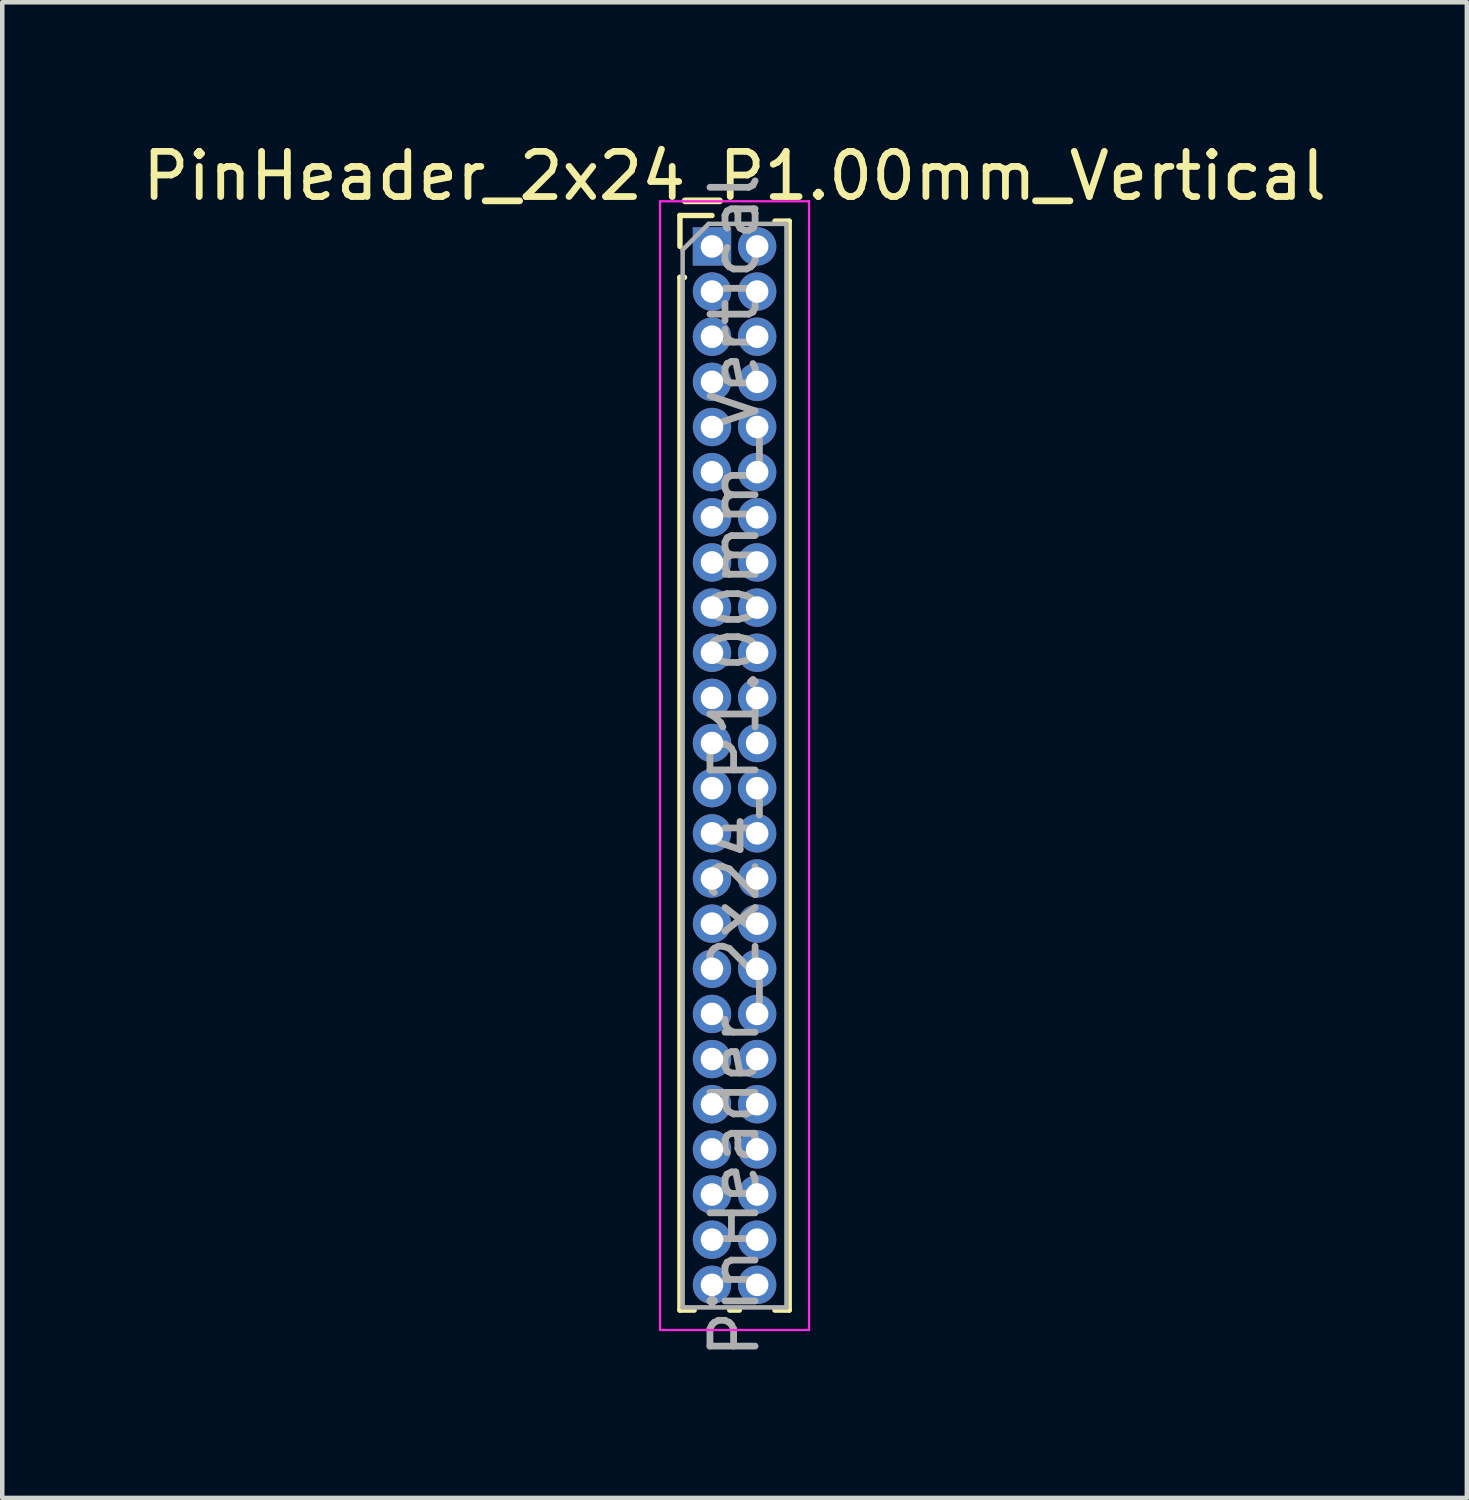
<source format=kicad_pcb>
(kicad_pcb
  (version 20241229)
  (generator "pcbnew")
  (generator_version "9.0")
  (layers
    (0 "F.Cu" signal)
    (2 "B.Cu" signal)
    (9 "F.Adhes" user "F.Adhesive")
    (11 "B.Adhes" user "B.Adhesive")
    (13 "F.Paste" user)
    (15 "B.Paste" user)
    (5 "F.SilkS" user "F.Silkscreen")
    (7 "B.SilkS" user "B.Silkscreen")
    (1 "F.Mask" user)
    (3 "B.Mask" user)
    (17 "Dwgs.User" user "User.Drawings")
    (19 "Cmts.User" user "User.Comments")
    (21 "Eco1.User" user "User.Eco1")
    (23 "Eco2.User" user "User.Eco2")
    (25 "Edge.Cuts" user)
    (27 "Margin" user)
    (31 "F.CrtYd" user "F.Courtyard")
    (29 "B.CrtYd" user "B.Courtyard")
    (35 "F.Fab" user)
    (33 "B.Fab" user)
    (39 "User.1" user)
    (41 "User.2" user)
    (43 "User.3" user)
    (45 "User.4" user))
  (footprint "PinHeader_2x24_P1.00mm_Vertical"
    (layer "F.Cu")
    (at 12.72 2.408)
    (property "Reference" "PinHeader_2x24_P1.00mm_Vertical" (at 0.5 -1.56 0) (layer "F.SilkS") (effects (font (size 1 1) (thickness 0.15))))
    (attr through_hole)
    (fp_line (start -0.71 -0.685) (end 0 -0.685) (stroke (width 0.12) (type solid)) (layer "F.SilkS"))
    (fp_line (start -0.71 0) (end -0.71 -0.685) (stroke (width 0.12) (type solid)) (layer "F.SilkS"))
    (fp_line (start -0.71 0.685) (end -0.71 23.56) (stroke (width 0.12) (type solid)) (layer "F.SilkS"))
    (fp_line (start -0.71 0.685) (end -0.608 0.685) (stroke (width 0.12) (type solid)) (layer "F.SilkS"))
    (fp_line (start -0.71 23.56) (end -0.394 23.56) (stroke (width 0.12) (type solid)) (layer "F.SilkS"))
    (fp_line (start 0.394 23.56) (end 0.606 23.56) (stroke (width 0.12) (type solid)) (layer "F.SilkS"))
    (fp_line (start 1.394 -0.56) (end 1.71 -0.56) (stroke (width 0.12) (type solid)) (layer "F.SilkS"))
    (fp_line (start 1.394 23.56) (end 1.71 23.56) (stroke (width 0.12) (type solid)) (layer "F.SilkS"))
    (fp_line (start 1.71 -0.56) (end 1.71 23.56) (stroke (width 0.12) (type solid)) (layer "F.SilkS"))
    (fp_line (start -1.15 -1) (end -1.15 24) (stroke (width 0.05) (type solid)) (layer "F.CrtYd"))
    (fp_line (start -1.15 24) (end 2.15 24) (stroke (width 0.05) (type solid)) (layer "F.CrtYd"))
    (fp_line (start 2.15 -1) (end -1.15 -1) (stroke (width 0.05) (type solid)) (layer "F.CrtYd"))
    (fp_line (start 2.15 24) (end 2.15 -1) (stroke (width 0.05) (type solid)) (layer "F.CrtYd"))
    (fp_line (start -0.65 0.075) (end -0.075 -0.5) (stroke (width 0.1) (type solid)) (layer "F.Fab"))
    (fp_line (start -0.65 23.5) (end -0.65 0.075) (stroke (width 0.1) (type solid)) (layer "F.Fab"))
    (fp_line (start -0.075 -0.5) (end 1.65 -0.5) (stroke (width 0.1) (type solid)) (layer "F.Fab"))
    (fp_line (start 1.65 -0.5) (end 1.65 23.5) (stroke (width 0.1) (type solid)) (layer "F.Fab"))
    (fp_line (start 1.65 23.5) (end -0.65 23.5) (stroke (width 0.1) (type solid)) (layer "F.Fab"))
    (fp_text user "${REFERENCE}" (at 0.5 11.5 90) (layer "F.Fab") (effects (font (size 1 1) (thickness 0.15))))
    (pad "1" thru_hole rect (at 0 0) (size 0.85 0.85) (drill 0.5) (layers "*.Cu" "*.Mask"))
    (pad "2" thru_hole oval (at 1 0) (size 0.85 0.85) (drill 0.5) (layers "*.Cu" "*.Mask"))
    (pad "3" thru_hole oval (at 0 1) (size 0.85 0.85) (drill 0.5) (layers "*.Cu" "*.Mask"))
    (pad "4" thru_hole oval (at 1 1) (size 0.85 0.85) (drill 0.5) (layers "*.Cu" "*.Mask"))
    (pad "5" thru_hole oval (at 0 2) (size 0.85 0.85) (drill 0.5) (layers "*.Cu" "*.Mask"))
    (pad "6" thru_hole oval (at 1 2) (size 0.85 0.85) (drill 0.5) (layers "*.Cu" "*.Mask"))
    (pad "7" thru_hole oval (at 0 3) (size 0.85 0.85) (drill 0.5) (layers "*.Cu" "*.Mask"))
    (pad "8" thru_hole oval (at 1 3) (size 0.85 0.85) (drill 0.5) (layers "*.Cu" "*.Mask"))
    (pad "9" thru_hole oval (at 0 4) (size 0.85 0.85) (drill 0.5) (layers "*.Cu" "*.Mask"))
    (pad "10" thru_hole oval (at 1 4) (size 0.85 0.85) (drill 0.5) (layers "*.Cu" "*.Mask"))
    (pad "11" thru_hole oval (at 0 5) (size 0.85 0.85) (drill 0.5) (layers "*.Cu" "*.Mask"))
    (pad "12" thru_hole oval (at 1 5) (size 0.85 0.85) (drill 0.5) (layers "*.Cu" "*.Mask"))
    (pad "13" thru_hole oval (at 0 6) (size 0.85 0.85) (drill 0.5) (layers "*.Cu" "*.Mask"))
    (pad "14" thru_hole oval (at 1 6) (size 0.85 0.85) (drill 0.5) (layers "*.Cu" "*.Mask"))
    (pad "15" thru_hole oval (at 0 7) (size 0.85 0.85) (drill 0.5) (layers "*.Cu" "*.Mask"))
    (pad "16" thru_hole oval (at 1 7) (size 0.85 0.85) (drill 0.5) (layers "*.Cu" "*.Mask"))
    (pad "17" thru_hole oval (at 0 8) (size 0.85 0.85) (drill 0.5) (layers "*.Cu" "*.Mask"))
    (pad "18" thru_hole oval (at 1 8) (size 0.85 0.85) (drill 0.5) (layers "*.Cu" "*.Mask"))
    (pad "19" thru_hole oval (at 0 9) (size 0.85 0.85) (drill 0.5) (layers "*.Cu" "*.Mask"))
    (pad "20" thru_hole oval (at 1 9) (size 0.85 0.85) (drill 0.5) (layers "*.Cu" "*.Mask"))
    (pad "21" thru_hole oval (at 0 10) (size 0.85 0.85) (drill 0.5) (layers "*.Cu" "*.Mask"))
    (pad "22" thru_hole oval (at 1 10) (size 0.85 0.85) (drill 0.5) (layers "*.Cu" "*.Mask"))
    (pad "23" thru_hole oval (at 0 11) (size 0.85 0.85) (drill 0.5) (layers "*.Cu" "*.Mask"))
    (pad "24" thru_hole oval (at 1 11) (size 0.85 0.85) (drill 0.5) (layers "*.Cu" "*.Mask"))
    (pad "25" thru_hole oval (at 0 12) (size 0.85 0.85) (drill 0.5) (layers "*.Cu" "*.Mask"))
    (pad "26" thru_hole oval (at 1 12) (size 0.85 0.85) (drill 0.5) (layers "*.Cu" "*.Mask"))
    (pad "27" thru_hole oval (at 0 13) (size 0.85 0.85) (drill 0.5) (layers "*.Cu" "*.Mask"))
    (pad "28" thru_hole oval (at 1 13) (size 0.85 0.85) (drill 0.5) (layers "*.Cu" "*.Mask"))
    (pad "29" thru_hole oval (at 0 14) (size 0.85 0.85) (drill 0.5) (layers "*.Cu" "*.Mask"))
    (pad "30" thru_hole oval (at 1 14) (size 0.85 0.85) (drill 0.5) (layers "*.Cu" "*.Mask"))
    (pad "31" thru_hole oval (at 0 15) (size 0.85 0.85) (drill 0.5) (layers "*.Cu" "*.Mask"))
    (pad "32" thru_hole oval (at 1 15) (size 0.85 0.85) (drill 0.5) (layers "*.Cu" "*.Mask"))
    (pad "33" thru_hole oval (at 0 16) (size 0.85 0.85) (drill 0.5) (layers "*.Cu" "*.Mask"))
    (pad "34" thru_hole oval (at 1 16) (size 0.85 0.85) (drill 0.5) (layers "*.Cu" "*.Mask"))
    (pad "35" thru_hole oval (at 0 17) (size 0.85 0.85) (drill 0.5) (layers "*.Cu" "*.Mask"))
    (pad "36" thru_hole oval (at 1 17) (size 0.85 0.85) (drill 0.5) (layers "*.Cu" "*.Mask"))
    (pad "37" thru_hole oval (at 0 18) (size 0.85 0.85) (drill 0.5) (layers "*.Cu" "*.Mask"))
    (pad "38" thru_hole oval (at 1 18) (size 0.85 0.85) (drill 0.5) (layers "*.Cu" "*.Mask"))
    (pad "39" thru_hole oval (at 0 19) (size 0.85 0.85) (drill 0.5) (layers "*.Cu" "*.Mask"))
    (pad "40" thru_hole oval (at 1 19) (size 0.85 0.85) (drill 0.5) (layers "*.Cu" "*.Mask"))
    (pad "41" thru_hole oval (at 0 20) (size 0.85 0.85) (drill 0.5) (layers "*.Cu" "*.Mask"))
    (pad "42" thru_hole oval (at 1 20) (size 0.85 0.85) (drill 0.5) (layers "*.Cu" "*.Mask"))
    (pad "43" thru_hole oval (at 0 21) (size 0.85 0.85) (drill 0.5) (layers "*.Cu" "*.Mask"))
    (pad "44" thru_hole oval (at 1 21) (size 0.85 0.85) (drill 0.5) (layers "*.Cu" "*.Mask"))
    (pad "45" thru_hole oval (at 0 22) (size 0.85 0.85) (drill 0.5) (layers "*.Cu" "*.Mask"))
    (pad "46" thru_hole oval (at 1 22) (size 0.85 0.85) (drill 0.5) (layers "*.Cu" "*.Mask"))
    (pad "47" thru_hole oval (at 0 23) (size 0.85 0.85) (drill 0.5) (layers "*.Cu" "*.Mask"))
    (pad "48" thru_hole oval (at 1 23) (size 0.85 0.85) (drill 0.5) (layers "*.Cu" "*.Mask")))
  (gr_rect
    (start -3 -3)
    (end 29.44 30.128)
    (stroke (width 0.1) (type default))
    (fill no)
    (layer "Edge.Cuts")))
</source>
